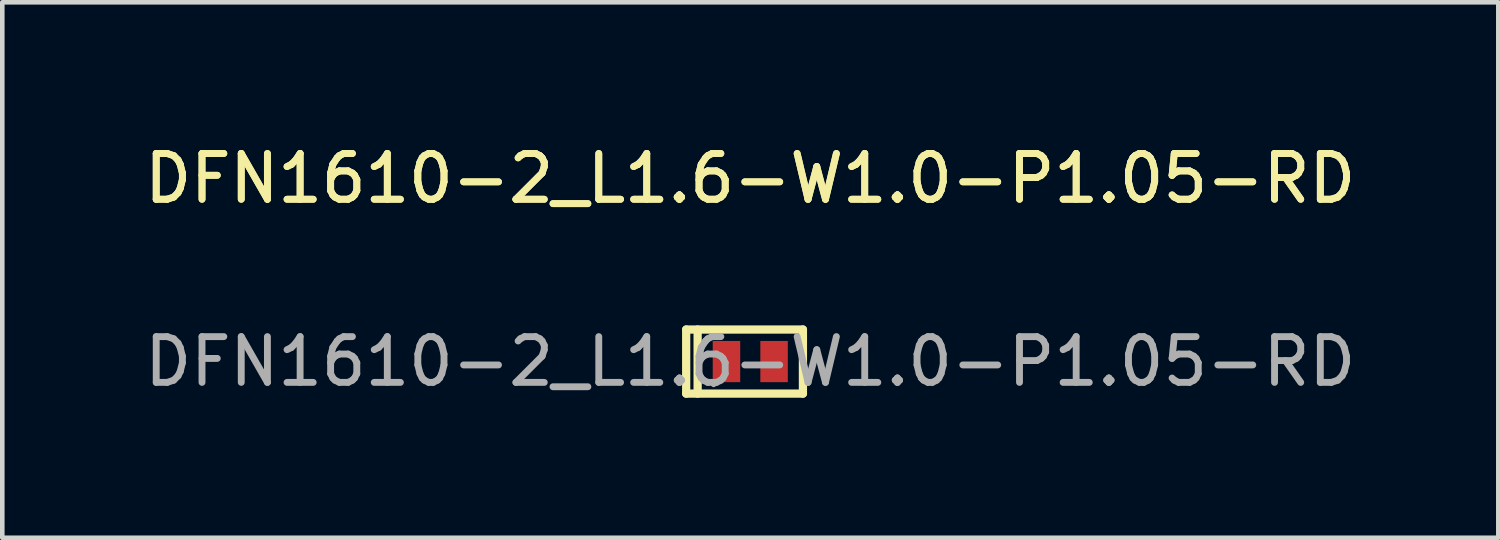
<source format=kicad_pcb>
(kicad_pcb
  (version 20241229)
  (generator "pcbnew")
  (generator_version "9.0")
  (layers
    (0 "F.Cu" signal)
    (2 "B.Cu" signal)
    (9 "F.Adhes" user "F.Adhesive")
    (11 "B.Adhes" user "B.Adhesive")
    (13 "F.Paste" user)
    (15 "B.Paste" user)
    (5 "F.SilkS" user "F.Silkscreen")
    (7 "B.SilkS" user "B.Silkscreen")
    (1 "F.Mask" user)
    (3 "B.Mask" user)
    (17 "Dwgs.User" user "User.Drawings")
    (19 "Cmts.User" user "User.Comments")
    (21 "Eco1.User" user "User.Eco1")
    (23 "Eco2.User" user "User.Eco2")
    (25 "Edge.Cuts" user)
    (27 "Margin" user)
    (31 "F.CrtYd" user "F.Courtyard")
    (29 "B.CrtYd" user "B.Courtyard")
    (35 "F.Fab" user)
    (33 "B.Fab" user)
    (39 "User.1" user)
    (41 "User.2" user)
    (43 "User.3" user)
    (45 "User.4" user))
  (footprint "DFN1610-2_L1.6-W1.0-P1.05-RD"
    (layer "F.Cu")
    (at 13.339 4.848)
    (property "Reference" "DFN1610-2_L1.6-W1.0-P1.05-RD" (at 0 -4 0) (layer "F.SilkS") (effects (font (size 1 1) (thickness 0.15))))
    (attr smd)
    (fp_line (start -1.4 -0.7) (end -1.4 0.7) (stroke (width 0.18) (type solid)) (layer "F.SilkS"))
    (fp_line (start -1.4 -0.7) (end 1.15 -0.7) (stroke (width 0.18) (type solid)) (layer "F.SilkS"))
    (fp_line (start -1.4 0.7) (end 1.15 0.7) (stroke (width 0.18) (type solid)) (layer "F.SilkS"))
    (fp_line (start -1.15 -0.7) (end -1.15 0.7) (stroke (width 0.18) (type solid)) (layer "F.SilkS"))
    (fp_line (start 1.15 -0.7) (end 1.15 0.7) (stroke (width 0.18) (type solid)) (layer "F.SilkS"))
    (fp_circle (center -0.8 0.5) (end -0.77 0.5) (stroke (width 0.06) (type solid)) (fill no) (layer "F.Fab"))
    (fp_text user "${REFERENCE}" (at 0 -4 0) (layer "F.SilkS") (effects (font (size 1 1) (thickness 0.15))))
    (fp_text user "${REFERENCE}" (at 0 0 0) (layer "F.Fab") (effects (font (size 1 1) (thickness 0.15))))
    (pad "1" smd rect (at -0.52 0 90) (size 0.9 0.6) (layers "F.Cu" "F.Mask" "F.Paste"))
    (pad "2" smd rect (at 0.52 0 90) (size 0.9 0.6) (layers "F.Cu" "F.Mask" "F.Paste")))
  (gr_rect
    (start -3 -3)
    (end 29.679 8.697)
    (stroke (width 0.1) (type default))
    (fill no)
    (layer "Edge.Cuts")))
</source>
